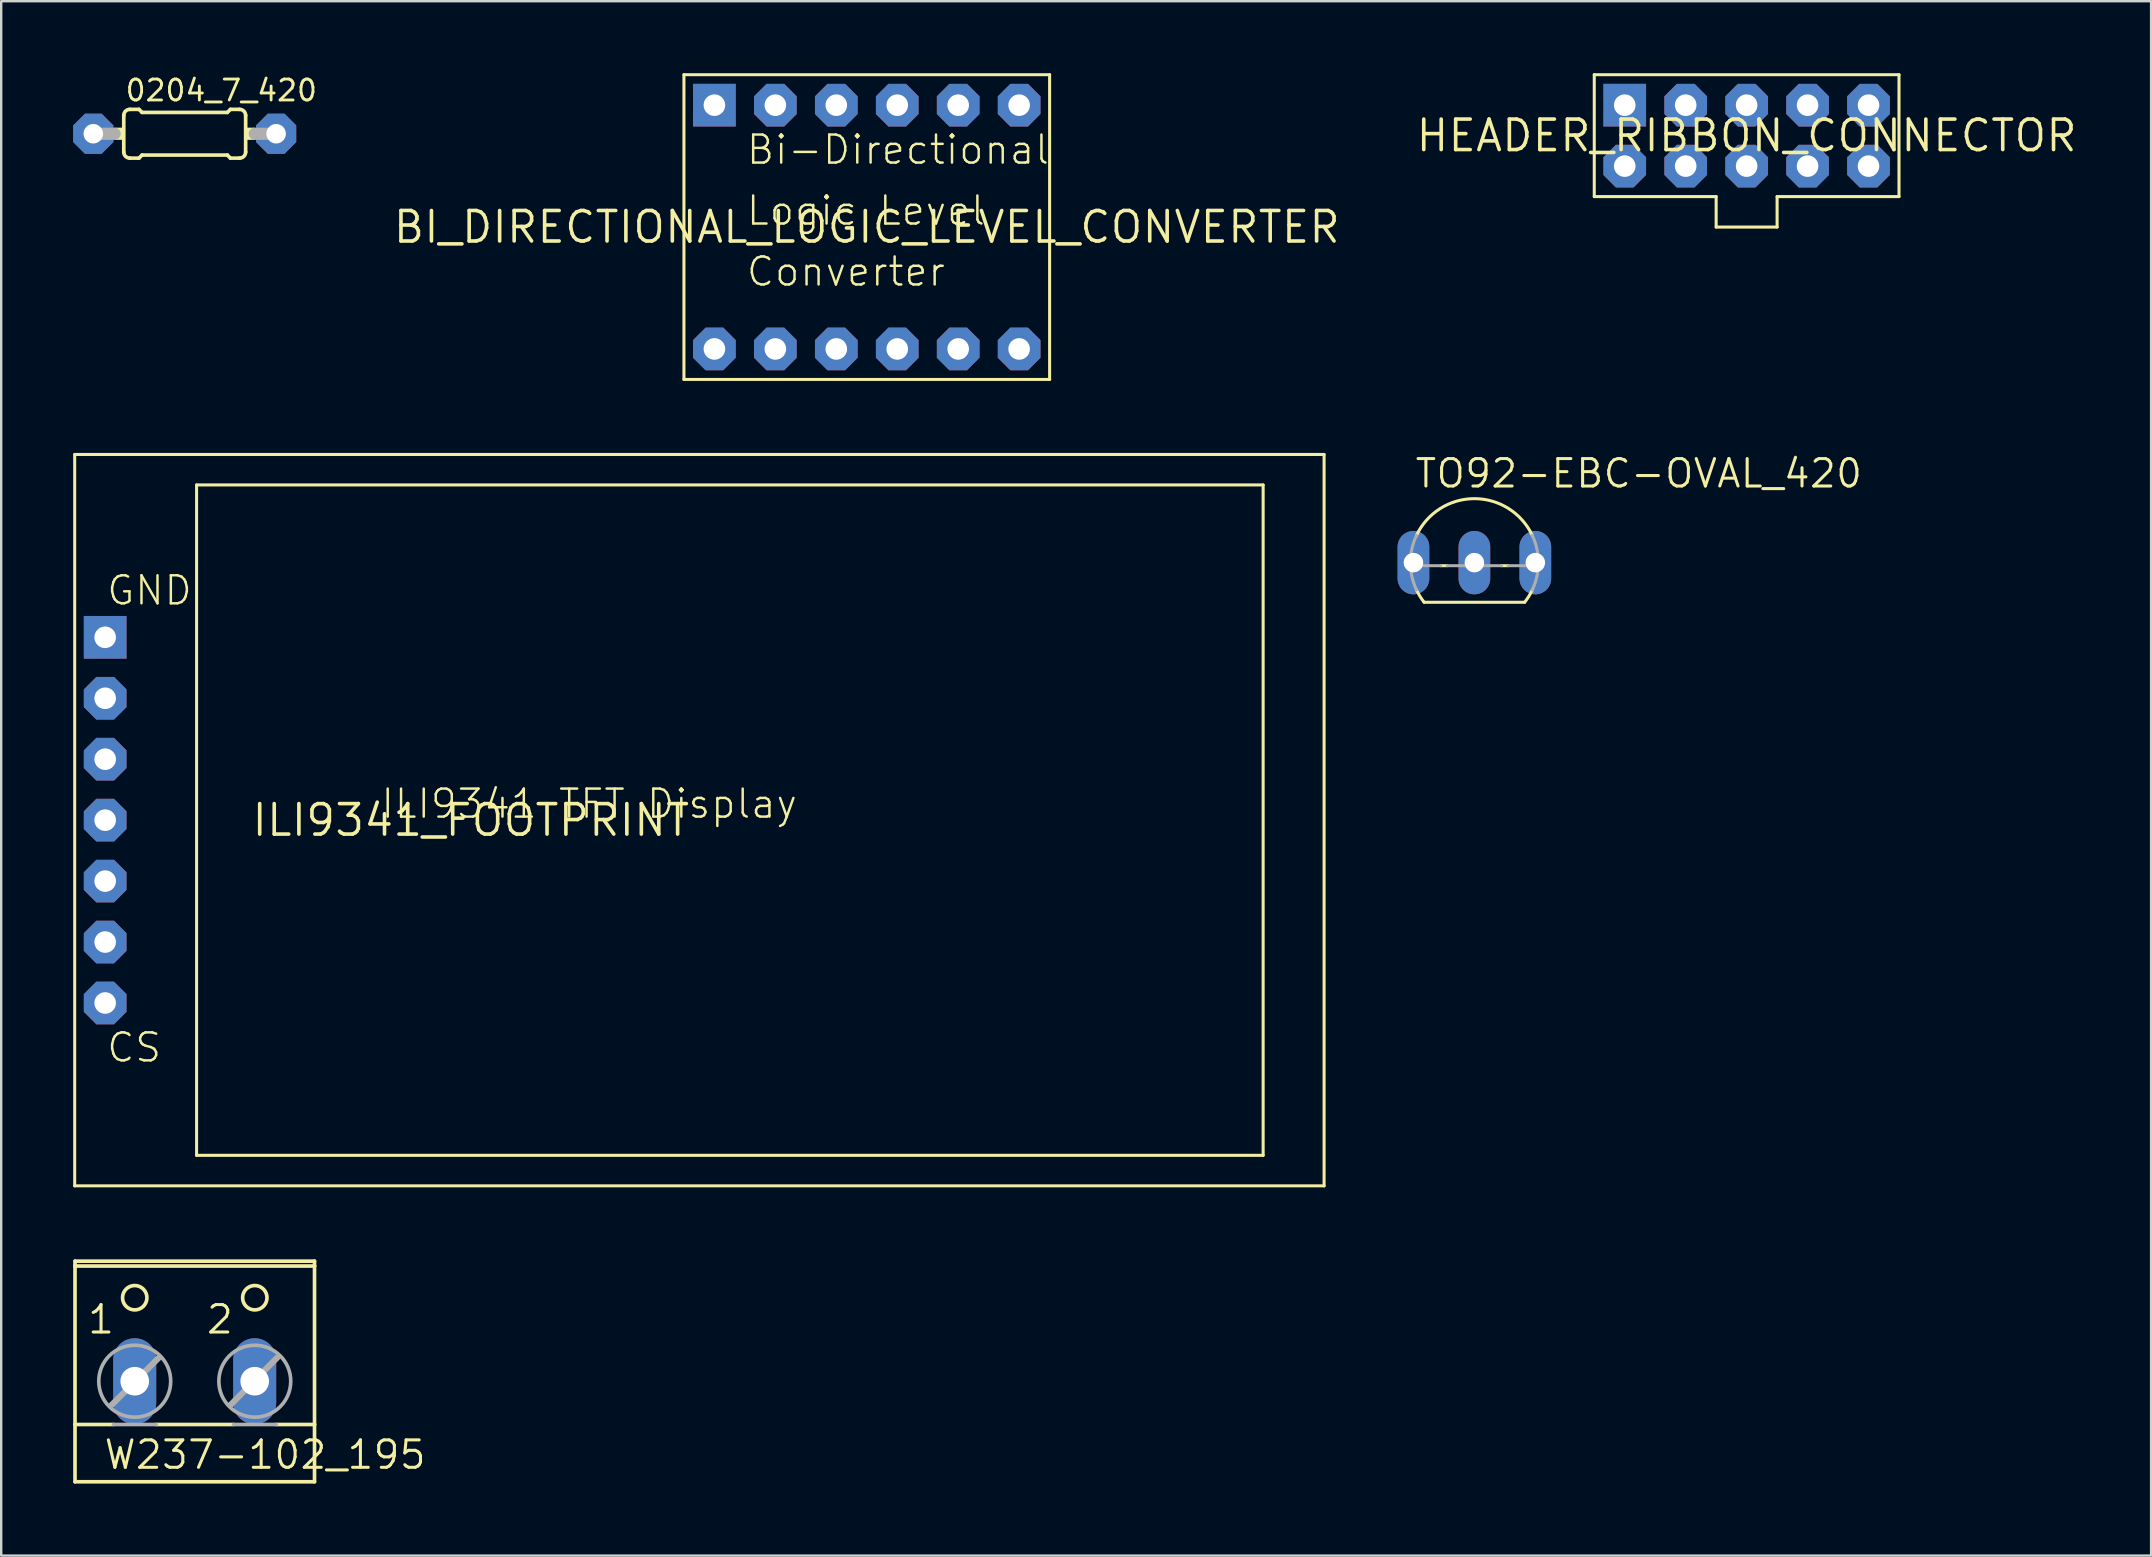
<source format=kicad_pcb>
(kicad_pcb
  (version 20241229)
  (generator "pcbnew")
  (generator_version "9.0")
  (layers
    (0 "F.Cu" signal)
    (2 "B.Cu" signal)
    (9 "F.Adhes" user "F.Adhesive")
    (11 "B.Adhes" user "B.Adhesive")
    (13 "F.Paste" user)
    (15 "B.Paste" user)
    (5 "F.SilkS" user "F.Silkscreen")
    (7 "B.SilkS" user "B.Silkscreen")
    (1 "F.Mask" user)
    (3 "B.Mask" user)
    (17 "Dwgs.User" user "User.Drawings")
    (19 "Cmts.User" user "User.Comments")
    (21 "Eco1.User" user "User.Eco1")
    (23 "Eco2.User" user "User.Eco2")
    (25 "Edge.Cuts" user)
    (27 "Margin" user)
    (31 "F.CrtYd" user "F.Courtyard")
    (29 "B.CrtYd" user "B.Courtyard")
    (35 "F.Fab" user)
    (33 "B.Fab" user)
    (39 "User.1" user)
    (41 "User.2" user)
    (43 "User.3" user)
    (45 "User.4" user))
  (footprint "ILI9341_FOOTPRINT"
    (layer "F.Cu")
    (at 16.573 31.131)
    (property "Reference" "ILI9341_FOOTPRINT" (at 0 0 0) (layer "F.SilkS") (effects (font (size 1.27 1.27) (thickness 0.15))))
    (fp_line (start -16.51 -15.24) (end -16.51 15.24) (stroke (width 0.127) (type solid)) (layer "F.SilkS"))
    (fp_line (start -16.51 15.24) (end 35.56 15.24) (stroke (width 0.127) (type solid)) (layer "F.SilkS"))
    (fp_line (start -11.43 -13.97) (end -11.43 13.97) (stroke (width 0.127) (type solid)) (layer "F.SilkS"))
    (fp_line (start -11.43 13.97) (end 33.02 13.97) (stroke (width 0.127) (type solid)) (layer "F.SilkS"))
    (fp_line (start 33.02 -13.97) (end -11.43 -13.97) (stroke (width 0.127) (type solid)) (layer "F.SilkS"))
    (fp_line (start 33.02 13.97) (end 33.02 -13.97) (stroke (width 0.127) (type solid)) (layer "F.SilkS"))
    (fp_line (start 35.56 -15.24) (end -16.51 -15.24) (stroke (width 0.127) (type solid)) (layer "F.SilkS"))
    (fp_line (start 35.56 15.24) (end 35.56 -15.24) (stroke (width 0.127) (type solid)) (layer "F.SilkS"))
    (fp_text user "GND" (at -15.24 -8.89 0) (layer "F.SilkS") (effects (font (size 1.168 1.168) (thickness 0.102)) (justify left bottom)))
    (fp_text user "CS" (at -15.24 10.16 0) (layer "F.SilkS") (effects (font (size 1.168 1.168) (thickness 0.102)) (justify left bottom)))
    (fp_text user "ILI9341 TFT Display" (at -3.81 0 0) (layer "F.SilkS") (effects (font (size 1.168 1.168) (thickness 0.102)) (justify left bottom)))
    (pad "CS" thru_hole roundrect (at -15.24 7.62) (size 1.778 1.778) (drill 0.9) (layers "*.Cu" "*.Mask") (roundrect_rratio 0.25) (chamfer_ratio 0.293) (chamfer top_left top_right bottom_left bottom_right))
    (pad "DC" thru_hole roundrect (at -15.24 5.08) (size 1.778 1.778) (drill 0.9) (layers "*.Cu" "*.Mask") (roundrect_rratio 0.25) (chamfer_ratio 0.293) (chamfer top_left top_right bottom_left bottom_right))
    (pad "GND" thru_hole rect (at -15.24 -7.62) (size 1.778 1.778) (drill 0.9) (layers "*.Cu" "*.Mask"))
    (pad "RST" thru_hole roundrect (at -15.24 2.54) (size 1.778 1.778) (drill 0.9) (layers "*.Cu" "*.Mask") (roundrect_rratio 0.25) (chamfer_ratio 0.293) (chamfer top_left top_right bottom_left bottom_right))
    (pad "SCK" thru_hole roundrect (at -15.24 -2.54) (size 1.778 1.778) (drill 0.9) (layers "*.Cu" "*.Mask") (roundrect_rratio 0.25) (chamfer_ratio 0.293) (chamfer top_left top_right bottom_left bottom_right))
    (pad "SDA" thru_hole roundrect (at -15.24 0) (size 1.778 1.778) (drill 0.9) (layers "*.Cu" "*.Mask") (roundrect_rratio 0.25) (chamfer_ratio 0.293) (chamfer top_left top_right bottom_left bottom_right))
    (pad "VCC" thru_hole roundrect (at -15.24 -5.08) (size 1.778 1.778) (drill 0.9) (layers "*.Cu" "*.Mask") (roundrect_rratio 0.25) (chamfer_ratio 0.293) (chamfer top_left top_right bottom_left bottom_right)))
  (footprint "W237-102_195"
    (layer "F.Cu")
    (at 5.065 53.244)
    (property "Reference" "W237-102_195" (at -3.846 5.004 0) (layer "F.SilkS") (effects (font (size 1.143 1.143) (thickness 0.127)) (justify left bottom)))
    (fp_line (start -4.989 -3.531) (end -4.989 -3.734) (stroke (width 0.152) (type solid)) (layer "F.SilkS"))
    (fp_line (start -4.989 -3.531) (end 4.993 -3.531) (stroke (width 0.152) (type solid)) (layer "F.SilkS"))
    (fp_line (start -4.989 3.073) (end -4.989 -3.531) (stroke (width 0.152) (type solid)) (layer "F.SilkS"))
    (fp_line (start -4.989 3.073) (end -3.389 3.073) (stroke (width 0.152) (type solid)) (layer "F.SilkS"))
    (fp_line (start -4.989 5.461) (end -4.989 3.073) (stroke (width 0.152) (type solid)) (layer "F.SilkS"))
    (fp_line (start -4.989 5.461) (end 4.993 5.461) (stroke (width 0.152) (type solid)) (layer "F.SilkS"))
    (fp_line (start -1.611 3.073) (end 1.615 3.073) (stroke (width 0.152) (type solid)) (layer "F.SilkS"))
    (fp_line (start 3.393 3.073) (end 4.993 3.073) (stroke (width 0.152) (type solid)) (layer "F.SilkS"))
    (fp_line (start 4.993 -3.734) (end -4.989 -3.734) (stroke (width 0.152) (type solid)) (layer "F.SilkS"))
    (fp_line (start 4.993 -3.734) (end 4.993 -3.531) (stroke (width 0.152) (type solid)) (layer "F.SilkS"))
    (fp_line (start 4.993 -3.531) (end 4.993 3.073) (stroke (width 0.152) (type solid)) (layer "F.SilkS"))
    (fp_line (start 4.993 3.073) (end 4.993 5.461) (stroke (width 0.152) (type solid)) (layer "F.SilkS"))
    (fp_circle (center -2.5 -2.21) (end -1.992 -2.21) (stroke (width 0.152) (type solid)) (fill no) (layer "F.SilkS"))
    (fp_circle (center 2.504 -2.21) (end 3.012 -2.21) (stroke (width 0.152) (type solid)) (fill no) (layer "F.SilkS"))
    (fp_line (start -3.491 2.286) (end -1.484 0.279) (stroke (width 0.254) (type solid)) (layer "F.Fab"))
    (fp_line (start -3.389 3.073) (end -1.611 3.073) (stroke (width 0.152) (type solid)) (layer "F.Fab"))
    (fp_line (start 1.488 2.261) (end 3.469 0.254) (stroke (width 0.254) (type solid)) (layer "F.Fab"))
    (fp_line (start 1.615 3.073) (end 3.393 3.073) (stroke (width 0.152) (type solid)) (layer "F.Fab"))
    (fp_circle (center -2.5 1.27) (end -1.001 1.27) (stroke (width 0.152) (type solid)) (fill no) (layer "F.Fab"))
    (fp_circle (center 2.504 1.27) (end 4.002 1.27) (stroke (width 0.152) (type solid)) (fill no) (layer "F.Fab"))
    (fp_text user "1" (at -4.532 -0.635 0) (layer "F.SilkS") (effects (font (size 1.143 1.143) (thickness 0.127)) (justify left bottom)))
    (fp_text user "2" (at 0.421 -0.635 0) (layer "F.SilkS") (effects (font (size 1.143 1.143) (thickness 0.127)) (justify left bottom)))
    (pad "1" thru_hole oval (at -2.5 1.27 90) (size 3.581 1.791) (drill 1.194) (layers "*.Cu" "*.Mask"))
    (pad "2" thru_hole oval (at 2.5 1.27 90) (size 3.581 1.791) (drill 1.194) (layers "*.Cu" "*.Mask")))
  (footprint "0204_7_420"
    (layer "F.Cu")
    (at 4.648 2.524)
    (property "Reference" "0204_7_420" (at -2.54 -1.295 0) (layer "F.SilkS") (effects (font (size 0.872 0.872) (thickness 0.119)) (justify left bottom)))
    (fp_line (start -2.54 0.762) (end -2.54 -0.762) (stroke (width 0.152) (type solid)) (layer "F.SilkS"))
    (fp_line (start -2.286 -1.016) (end -1.905 -1.016) (stroke (width 0.152) (type solid)) (layer "F.SilkS"))
    (fp_line (start -2.286 1.016) (end -1.905 1.016) (stroke (width 0.152) (type solid)) (layer "F.SilkS"))
    (fp_line (start -1.778 -0.889) (end -1.905 -1.016) (stroke (width 0.152) (type solid)) (layer "F.SilkS"))
    (fp_line (start -1.778 0.889) (end -1.905 1.016) (stroke (width 0.152) (type solid)) (layer "F.SilkS"))
    (fp_line (start 1.778 -0.889) (end -1.778 -0.889) (stroke (width 0.152) (type solid)) (layer "F.SilkS"))
    (fp_line (start 1.778 -0.889) (end 1.905 -1.016) (stroke (width 0.152) (type solid)) (layer "F.SilkS"))
    (fp_line (start 1.778 0.889) (end -1.778 0.889) (stroke (width 0.152) (type solid)) (layer "F.SilkS"))
    (fp_line (start 1.778 0.889) (end 1.905 1.016) (stroke (width 0.152) (type solid)) (layer "F.SilkS"))
    (fp_line (start 2.286 -1.016) (end 1.905 -1.016) (stroke (width 0.152) (type solid)) (layer "F.SilkS"))
    (fp_line (start 2.286 1.016) (end 1.905 1.016) (stroke (width 0.152) (type solid)) (layer "F.SilkS"))
    (fp_line (start 2.54 0.762) (end 2.54 -0.762) (stroke (width 0.152) (type solid)) (layer "F.SilkS"))
    (fp_arc (start -2.54 -0.762) (mid -2.465605 -0.941605) (end -2.286 -1.016) (stroke (width 0.1524) (type solid)) (layer "F.SilkS"))
    (fp_arc (start -2.286 1.016) (mid -2.465605 0.941605) (end -2.54 0.762) (stroke (width 0.1524) (type solid)) (layer "F.SilkS"))
    (fp_arc (start 2.286 -1.016) (mid 2.465605 -0.941605) (end 2.54 -0.762) (stroke (width 0.1524) (type solid)) (layer "F.SilkS"))
    (fp_arc (start 2.54 0.762) (mid 2.465605 0.941605) (end 2.286 1.016) (stroke (width 0.1524) (type solid)) (layer "F.SilkS"))
    (fp_poly (pts (xy -2.921 0.254) (xy -2.54 0.254) (xy -2.54 -0.254) (xy -2.921 -0.254)) (stroke (width 0) (type default)) (fill yes) (layer "F.SilkS"))
    (fp_poly (pts (xy 2.54 0.254) (xy 2.921 0.254) (xy 2.921 -0.254) (xy 2.54 -0.254)) (stroke (width 0) (type default)) (fill yes) (layer "F.SilkS"))
    (fp_line (start -3.81 0) (end -2.921 0) (stroke (width 0.508) (type solid)) (layer "F.Fab"))
    (fp_line (start 3.81 0) (end 2.921 0) (stroke (width 0.508) (type solid)) (layer "F.Fab"))
    (pad "1" thru_hole roundrect (at -3.81 0) (size 1.676 1.676) (drill 0.813) (layers "*.Cu" "*.Mask") (roundrect_rratio 0.25) (chamfer_ratio 0.293) (chamfer top_left top_right bottom_left bottom_right))
    (pad "2" thru_hole roundrect (at 3.81 0) (size 1.676 1.676) (drill 0.813) (layers "*.Cu" "*.Mask") (roundrect_rratio 0.25) (chamfer_ratio 0.293) (chamfer top_left top_right bottom_left bottom_right)))
  (footprint "BI_DIRECTIONAL_LOGIC_LEVEL_CONVERTER"
    (layer "F.Cu")
    (at 33.074 6.413)
    (property "Reference" "BI_DIRECTIONAL_LOGIC_LEVEL_CONVERTER" (at 0 0 0) (layer "F.SilkS") (effects (font (size 1.27 1.27) (thickness 0.15))))
    (fp_line (start -7.62 -6.35) (end -7.62 6.35) (stroke (width 0.127) (type solid)) (layer "F.SilkS"))
    (fp_line (start -7.62 6.35) (end 7.62 6.35) (stroke (width 0.127) (type solid)) (layer "F.SilkS"))
    (fp_line (start 7.62 -6.35) (end -7.62 -6.35) (stroke (width 0.127) (type solid)) (layer "F.SilkS"))
    (fp_line (start 7.62 6.35) (end 7.62 -6.35) (stroke (width 0.127) (type solid)) (layer "F.SilkS"))
    (fp_text user "Bi-Directional" (at -5.08 -2.54 0) (layer "F.SilkS") (effects (font (size 1.168 1.168) (thickness 0.102)) (justify left bottom)))
    (fp_text user "Logic Level" (at -5.08 0 0) (layer "F.SilkS") (effects (font (size 1.168 1.168) (thickness 0.102)) (justify left bottom)))
    (fp_text user "Converter" (at -5.08 2.54 0) (layer "F.SilkS") (effects (font (size 1.168 1.168) (thickness 0.102)) (justify left bottom)))
    (pad "GND1" thru_hole roundrect (at 1.27 -5.08) (size 1.778 1.778) (drill 0.9) (layers "*.Cu" "*.Mask") (roundrect_rratio 0.25) (chamfer_ratio 0.293) (chamfer top_left top_right bottom_left bottom_right))
    (pad "GND2" thru_hole roundrect (at 1.27 5.08) (size 1.778 1.778) (drill 0.9) (layers "*.Cu" "*.Mask") (roundrect_rratio 0.25) (chamfer_ratio 0.293) (chamfer top_left top_right bottom_left bottom_right))
    (pad "HV" thru_hole roundrect (at -1.27 -5.08) (size 1.778 1.778) (drill 0.9) (layers "*.Cu" "*.Mask") (roundrect_rratio 0.25) (chamfer_ratio 0.293) (chamfer top_left top_right bottom_left bottom_right))
    (pad "HV1" thru_hole rect (at -6.35 -5.08) (size 1.778 1.778) (drill 0.9) (layers "*.Cu" "*.Mask"))
    (pad "HV2" thru_hole roundrect (at -3.81 -5.08) (size 1.778 1.778) (drill 0.9) (layers "*.Cu" "*.Mask") (roundrect_rratio 0.25) (chamfer_ratio 0.293) (chamfer top_left top_right bottom_left bottom_right))
    (pad "HV3" thru_hole roundrect (at 3.81 -5.08) (size 1.778 1.778) (drill 0.9) (layers "*.Cu" "*.Mask") (roundrect_rratio 0.25) (chamfer_ratio 0.293) (chamfer top_left top_right bottom_left bottom_right))
    (pad "HV4" thru_hole roundrect (at 6.35 -5.08) (size 1.778 1.778) (drill 0.9) (layers "*.Cu" "*.Mask") (roundrect_rratio 0.25) (chamfer_ratio 0.293) (chamfer top_left top_right bottom_left bottom_right))
    (pad "LV" thru_hole roundrect (at -1.27 5.08) (size 1.778 1.778) (drill 0.9) (layers "*.Cu" "*.Mask") (roundrect_rratio 0.25) (chamfer_ratio 0.293) (chamfer top_left top_right bottom_left bottom_right))
    (pad "LV1" thru_hole roundrect (at -6.35 5.08) (size 1.778 1.778) (drill 0.9) (layers "*.Cu" "*.Mask") (roundrect_rratio 0.25) (chamfer_ratio 0.293) (chamfer top_left top_right bottom_left bottom_right))
    (pad "LV2" thru_hole roundrect (at -3.81 5.08) (size 1.778 1.778) (drill 0.9) (layers "*.Cu" "*.Mask") (roundrect_rratio 0.25) (chamfer_ratio 0.293) (chamfer top_left top_right bottom_left bottom_right))
    (pad "LV3" thru_hole roundrect (at 3.81 5.08) (size 1.778 1.778) (drill 0.9) (layers "*.Cu" "*.Mask") (roundrect_rratio 0.25) (chamfer_ratio 0.293) (chamfer top_left top_right bottom_left bottom_right))
    (pad "LV4" thru_hole roundrect (at 6.35 5.08) (size 1.778 1.778) (drill 0.9) (layers "*.Cu" "*.Mask") (roundrect_rratio 0.25) (chamfer_ratio 0.293) (chamfer top_left top_right bottom_left bottom_right)))
  (footprint "HEADER_RIBBON_CONNECTOR"
    (layer "F.Cu")
    (at 69.743 2.603)
    (property "Reference" "HEADER_RIBBON_CONNECTOR" (at 0 0 0) (layer "F.SilkS") (effects (font (size 1.27 1.27) (thickness 0.15))))
    (fp_line (start -6.35 -2.54) (end -6.35 2.54) (stroke (width 0.127) (type solid)) (layer "F.SilkS"))
    (fp_line (start -6.35 2.54) (end -1.27 2.54) (stroke (width 0.127) (type solid)) (layer "F.SilkS"))
    (fp_line (start -1.27 2.54) (end -1.27 3.81) (stroke (width 0.127) (type solid)) (layer "F.SilkS"))
    (fp_line (start -1.27 3.81) (end 1.27 3.81) (stroke (width 0.127) (type solid)) (layer "F.SilkS"))
    (fp_line (start 1.27 2.54) (end 6.35 2.54) (stroke (width 0.127) (type solid)) (layer "F.SilkS"))
    (fp_line (start 1.27 3.81) (end 1.27 2.54) (stroke (width 0.127) (type solid)) (layer "F.SilkS"))
    (fp_line (start 6.35 -2.54) (end -6.35 -2.54) (stroke (width 0.127) (type solid)) (layer "F.SilkS"))
    (fp_line (start 6.35 2.54) (end 6.35 -2.54) (stroke (width 0.127) (type solid)) (layer "F.SilkS"))
    (pad "3V3" thru_hole rect (at -5.08 -1.27) (size 1.778 1.778) (drill 0.9) (layers "*.Cu" "*.Mask"))
    (pad "5V" thru_hole roundrect (at -2.54 -1.27) (size 1.778 1.778) (drill 0.9) (layers "*.Cu" "*.Mask") (roundrect_rratio 0.25) (chamfer_ratio 0.293) (chamfer top_left top_right bottom_left bottom_right))
    (pad "GND" thru_hole roundrect (at 0 -1.27) (size 1.778 1.778) (drill 0.9) (layers "*.Cu" "*.Mask") (roundrect_rratio 0.25) (chamfer_ratio 0.293) (chamfer top_left top_right bottom_left bottom_right))
    (pad "MISO" thru_hole roundrect (at 5.08 1.27) (size 1.778 1.778) (drill 0.9) (layers "*.Cu" "*.Mask") (roundrect_rratio 0.25) (chamfer_ratio 0.293) (chamfer top_left top_right bottom_left bottom_right))
    (pad "MOSI" thru_hole roundrect (at 5.08 -1.27) (size 1.778 1.778) (drill 0.9) (layers "*.Cu" "*.Mask") (roundrect_rratio 0.25) (chamfer_ratio 0.293) (chamfer top_left top_right bottom_left bottom_right))
    (pad "SCK" thru_hole roundrect (at 2.54 -1.27) (size 1.778 1.778) (drill 0.9) (layers "*.Cu" "*.Mask") (roundrect_rratio 0.25) (chamfer_ratio 0.293) (chamfer top_left top_right bottom_left bottom_right))
    (pad "SD_CS" thru_hole roundrect (at 2.54 1.27) (size 1.778 1.778) (drill 0.9) (layers "*.Cu" "*.Mask") (roundrect_rratio 0.25) (chamfer_ratio 0.293) (chamfer top_left top_right bottom_left bottom_right))
    (pad "SPKR" thru_hole roundrect (at -5.08 1.27) (size 1.778 1.778) (drill 0.9) (layers "*.Cu" "*.Mask") (roundrect_rratio 0.25) (chamfer_ratio 0.293) (chamfer top_left top_right bottom_left bottom_right))
    (pad "TFT_CS" thru_hole roundrect (at 0 1.27) (size 1.778 1.778) (drill 0.9) (layers "*.Cu" "*.Mask") (roundrect_rratio 0.25) (chamfer_ratio 0.293) (chamfer top_left top_right bottom_left bottom_right))
    (pad "TFT_DC" thru_hole roundrect (at -2.54 1.27) (size 1.778 1.778) (drill 0.9) (layers "*.Cu" "*.Mask") (roundrect_rratio 0.25) (chamfer_ratio 0.293) (chamfer top_left top_right bottom_left bottom_right)))
  (footprint "TO92-EBC-OVAL_420"
    (layer "F.Cu")
    (at 58.397 19.129)
    (property "Reference" "TO92-EBC-OVAL_420" (at -2.54 -1.778 0) (layer "F.SilkS") (effects (font (size 1.143 1.143) (thickness 0.127)) (justify left bottom)))
    (fp_line (start -2.095 2.921) (end 2.095 2.921) (stroke (width 0.127) (type solid)) (layer "F.SilkS"))
    (fp_line (start -1.136 1.397) (end -1.404 1.397) (stroke (width 0.127) (type solid)) (layer "F.SilkS"))
    (fp_line (start 1.404 1.397) (end 1.136 1.397) (stroke (width 0.127) (type solid)) (layer "F.SilkS"))
    (fp_arc (start -2.413 0.1341) (mid 0 -1.39699) (end 2.413 0.1341) (stroke (width 0.127) (type solid)) (layer "F.SilkS"))
    (fp_arc (start -2.095 2.921) (mid -2.268918 2.67252) (end -2.4135 2.4059) (stroke (width 0.127) (type solid)) (layer "F.SilkS"))
    (fp_arc (start 2.4247 2.3818) (mid 2.275878 2.661201) (end 2.095 2.921) (stroke (width 0.127) (type solid)) (layer "F.SilkS"))
    (fp_line (start -1.404 1.397) (end -2.664 1.397) (stroke (width 0.127) (type solid)) (layer "F.Fab"))
    (fp_line (start 1.136 1.397) (end -1.136 1.397) (stroke (width 0.127) (type solid)) (layer "F.Fab"))
    (fp_line (start 2.664 1.397) (end 1.404 1.397) (stroke (width 0.127) (type solid)) (layer "F.Fab"))
    (fp_arc (start -2.413 2.4059) (mid -2.66699 1.27) (end -2.413 0.1341) (stroke (width 0.127) (type solid)) (layer "F.Fab"))
    (fp_arc (start 2.413 0.1341) (mid 2.66699 1.27) (end 2.413 2.4059) (stroke (width 0.127) (type solid)) (layer "F.Fab"))
    (pad "B" thru_hole oval (at 0 1.27 90) (size 2.642 1.321) (drill 0.813) (layers "*.Cu" "*.Mask"))
    (pad "C" thru_hole oval (at 2.54 1.27 90) (size 2.642 1.321) (drill 0.813) (layers "*.Cu" "*.Mask"))
    (pad "E" thru_hole oval (at -2.54 1.27 90) (size 2.642 1.321) (drill 0.813) (layers "*.Cu" "*.Mask")))
  (gr_rect
    (start -3 -3)
    (end 86.6 61.781)
    (stroke (width 0.1) (type default))
    (fill no)
    (layer "Edge.Cuts")))
</source>
